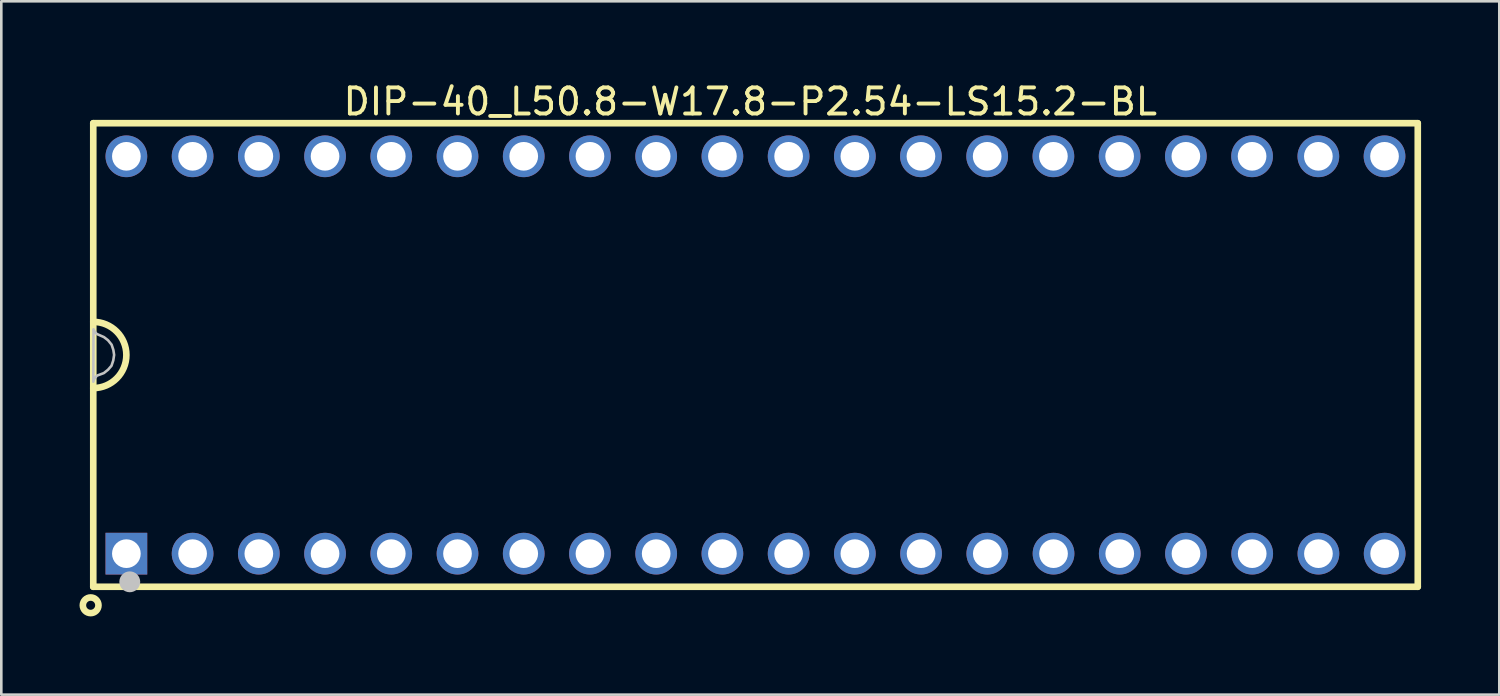
<source format=kicad_pcb>
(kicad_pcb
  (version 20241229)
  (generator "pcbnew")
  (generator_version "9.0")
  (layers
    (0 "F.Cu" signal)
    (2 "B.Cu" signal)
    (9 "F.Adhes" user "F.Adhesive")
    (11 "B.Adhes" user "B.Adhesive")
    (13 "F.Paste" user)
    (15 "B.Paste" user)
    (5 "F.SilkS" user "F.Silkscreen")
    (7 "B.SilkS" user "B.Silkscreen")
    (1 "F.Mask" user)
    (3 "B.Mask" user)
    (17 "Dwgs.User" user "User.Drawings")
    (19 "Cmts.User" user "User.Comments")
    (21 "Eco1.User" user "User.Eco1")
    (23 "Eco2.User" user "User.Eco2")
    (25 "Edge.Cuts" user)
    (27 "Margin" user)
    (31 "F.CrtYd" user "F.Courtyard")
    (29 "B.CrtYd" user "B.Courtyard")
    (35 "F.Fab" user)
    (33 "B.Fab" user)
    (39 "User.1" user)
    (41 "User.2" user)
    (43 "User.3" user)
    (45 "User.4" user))
  (footprint "DIP-40_L50.8-W17.8-P2.54-LS15.2-BL"
    (layer "F.Cu")
    (at 25.927 10.565)
    (property "Reference" "DIP-40_L50.8-W17.8-P2.54-LS15.2-BL" (at -0.2 -9.717 0) (layer "F.SilkS") (effects (font (size 1 1) (thickness 0.15))))
    (fp_line (start -25.4 -8.89) (end 25.4 -8.89) (stroke (width 0.254) (type default)) (layer "F.SilkS"))
    (fp_line (start -25.4 8.89) (end -25.4 -8.89) (stroke (width 0.254) (type default)) (layer "F.SilkS"))
    (fp_line (start 25.4 -8.89) (end 25.4 8.89) (stroke (width 0.254) (type default)) (layer "F.SilkS"))
    (fp_line (start 25.4 8.89) (end -25.4 8.89) (stroke (width 0.254) (type default)) (layer "F.SilkS"))
    (fp_arc (start -25.4 -1.27) (mid -24.13 0) (end -25.4 1.27) (stroke (width 0.254) (type default)) (layer "F.SilkS"))
    (fp_circle (center -25.5 9.6) (end -25.2 9.6) (stroke (width 0.254) (type default)) (fill no) (layer "F.SilkS"))
    (fp_circle (center -24 8.7) (end -23.8 8.7) (stroke (width 0.4) (type default)) (fill no) (layer "Dwgs.User"))
    (fp_poly (pts (xy -25.389 -0.985) (xy -25.355 -0.904) (xy -25.322 -0.865) (xy -25.308 -0.843) (xy -25.253 -0.801) (xy -24.991 -0.687) (xy -24.835 -0.566) (xy -24.696 -0.395) (xy -24.629 -0.192) (xy -24.6 -0.003) (xy -24.633 0.211) (xy -24.701 0.414) (xy -24.835 0.567) (xy -24.994 0.694) (xy -25.259 0.793) (xy -25.309 0.852) (xy -25.363 0.911) (xy -25.398 1.026) (xy -25.392 -0.981)) (stroke (width 0.1) (type default)) (fill no) (layer "Dwgs.User"))
    (fp_poly (pts (xy -23.885 -7.669) (xy -23.922 -7.759) (xy -23.991 -7.828) (xy -24.081 -7.865) (xy -24.179 -7.865) (xy -24.269 -7.828) (xy -24.338 -7.759) (xy -24.375 -7.669) (xy -24.375 -7.571) (xy -24.338 -7.481) (xy -24.269 -7.412) (xy -24.179 -7.375) (xy -24.081 -7.375) (xy -23.991 -7.412) (xy -23.922 -7.481) (xy -23.885 -7.571)) (stroke (width 0.1) (type default)) (fill no) (layer "User.1"))
    (fp_poly (pts (xy -23.885 7.571) (xy -23.922 7.481) (xy -23.991 7.412) (xy -24.081 7.375) (xy -24.179 7.375) (xy -24.269 7.412) (xy -24.338 7.481) (xy -24.375 7.571) (xy -24.375 7.669) (xy -24.338 7.759) (xy -24.269 7.828) (xy -24.179 7.865) (xy -24.081 7.865) (xy -23.991 7.828) (xy -23.922 7.759) (xy -23.885 7.669)) (stroke (width 0.1) (type default)) (fill no) (layer "User.1"))
    (fp_poly (pts (xy -21.345 -7.669) (xy -21.382 -7.759) (xy -21.451 -7.828) (xy -21.541 -7.865) (xy -21.639 -7.865) (xy -21.729 -7.828) (xy -21.798 -7.759) (xy -21.835 -7.669) (xy -21.835 -7.571) (xy -21.798 -7.481) (xy -21.729 -7.412) (xy -21.639 -7.375) (xy -21.541 -7.375) (xy -21.451 -7.412) (xy -21.382 -7.481) (xy -21.345 -7.571)) (stroke (width 0.1) (type default)) (fill no) (layer "User.1"))
    (fp_poly (pts (xy -21.345 7.571) (xy -21.382 7.481) (xy -21.451 7.412) (xy -21.541 7.375) (xy -21.639 7.375) (xy -21.729 7.412) (xy -21.798 7.481) (xy -21.835 7.571) (xy -21.835 7.669) (xy -21.798 7.759) (xy -21.729 7.828) (xy -21.639 7.865) (xy -21.541 7.865) (xy -21.451 7.828) (xy -21.382 7.759) (xy -21.345 7.669)) (stroke (width 0.1) (type default)) (fill no) (layer "User.1"))
    (fp_poly (pts (xy -18.805 -7.669) (xy -18.842 -7.759) (xy -18.911 -7.828) (xy -19.001 -7.865) (xy -19.099 -7.865) (xy -19.189 -7.828) (xy -19.258 -7.759) (xy -19.295 -7.669) (xy -19.295 -7.571) (xy -19.258 -7.481) (xy -19.189 -7.412) (xy -19.099 -7.375) (xy -19.001 -7.375) (xy -18.911 -7.412) (xy -18.842 -7.481) (xy -18.805 -7.571)) (stroke (width 0.1) (type default)) (fill no) (layer "User.1"))
    (fp_poly (pts (xy -18.805 7.571) (xy -18.842 7.481) (xy -18.911 7.412) (xy -19.001 7.375) (xy -19.099 7.375) (xy -19.189 7.412) (xy -19.258 7.481) (xy -19.295 7.571) (xy -19.295 7.669) (xy -19.258 7.759) (xy -19.189 7.828) (xy -19.099 7.865) (xy -19.001 7.865) (xy -18.911 7.828) (xy -18.842 7.759) (xy -18.805 7.669)) (stroke (width 0.1) (type default)) (fill no) (layer "User.1"))
    (fp_poly (pts (xy -16.265 -7.669) (xy -16.302 -7.759) (xy -16.371 -7.828) (xy -16.461 -7.865) (xy -16.559 -7.865) (xy -16.649 -7.828) (xy -16.718 -7.759) (xy -16.755 -7.669) (xy -16.755 -7.571) (xy -16.718 -7.481) (xy -16.649 -7.412) (xy -16.559 -7.375) (xy -16.461 -7.375) (xy -16.371 -7.412) (xy -16.302 -7.481) (xy -16.265 -7.571)) (stroke (width 0.1) (type default)) (fill no) (layer "User.1"))
    (fp_poly (pts (xy -16.265 7.571) (xy -16.302 7.481) (xy -16.371 7.412) (xy -16.461 7.375) (xy -16.559 7.375) (xy -16.649 7.412) (xy -16.718 7.481) (xy -16.755 7.571) (xy -16.755 7.669) (xy -16.718 7.759) (xy -16.649 7.828) (xy -16.559 7.865) (xy -16.461 7.865) (xy -16.371 7.828) (xy -16.302 7.759) (xy -16.265 7.669)) (stroke (width 0.1) (type default)) (fill no) (layer "User.1"))
    (fp_poly (pts (xy -13.725 -7.669) (xy -13.762 -7.759) (xy -13.831 -7.828) (xy -13.921 -7.865) (xy -14.019 -7.865) (xy -14.109 -7.828) (xy -14.178 -7.759) (xy -14.215 -7.669) (xy -14.215 -7.571) (xy -14.178 -7.481) (xy -14.109 -7.412) (xy -14.019 -7.375) (xy -13.921 -7.375) (xy -13.831 -7.412) (xy -13.762 -7.481) (xy -13.725 -7.571)) (stroke (width 0.1) (type default)) (fill no) (layer "User.1"))
    (fp_poly (pts (xy -13.725 7.571) (xy -13.762 7.481) (xy -13.831 7.412) (xy -13.921 7.375) (xy -14.019 7.375) (xy -14.109 7.412) (xy -14.178 7.481) (xy -14.215 7.571) (xy -14.215 7.669) (xy -14.178 7.759) (xy -14.109 7.828) (xy -14.019 7.865) (xy -13.921 7.865) (xy -13.831 7.828) (xy -13.762 7.759) (xy -13.725 7.669)) (stroke (width 0.1) (type default)) (fill no) (layer "User.1"))
    (fp_poly (pts (xy -11.185 -7.669) (xy -11.222 -7.759) (xy -11.291 -7.828) (xy -11.381 -7.865) (xy -11.479 -7.865) (xy -11.569 -7.828) (xy -11.638 -7.759) (xy -11.675 -7.669) (xy -11.675 -7.571) (xy -11.638 -7.481) (xy -11.569 -7.412) (xy -11.479 -7.375) (xy -11.381 -7.375) (xy -11.291 -7.412) (xy -11.222 -7.481) (xy -11.185 -7.571)) (stroke (width 0.1) (type default)) (fill no) (layer "User.1"))
    (fp_poly (pts (xy -11.185 7.571) (xy -11.222 7.481) (xy -11.291 7.412) (xy -11.381 7.375) (xy -11.479 7.375) (xy -11.569 7.412) (xy -11.638 7.481) (xy -11.675 7.571) (xy -11.675 7.669) (xy -11.638 7.759) (xy -11.569 7.828) (xy -11.479 7.865) (xy -11.381 7.865) (xy -11.291 7.828) (xy -11.222 7.759) (xy -11.185 7.669)) (stroke (width 0.1) (type default)) (fill no) (layer "User.1"))
    (fp_poly (pts (xy -8.645 -7.669) (xy -8.682 -7.759) (xy -8.751 -7.828) (xy -8.841 -7.865) (xy -8.939 -7.865) (xy -9.029 -7.828) (xy -9.098 -7.759) (xy -9.135 -7.669) (xy -9.135 -7.571) (xy -9.098 -7.481) (xy -9.029 -7.412) (xy -8.939 -7.375) (xy -8.841 -7.375) (xy -8.751 -7.412) (xy -8.682 -7.481) (xy -8.645 -7.571)) (stroke (width 0.1) (type default)) (fill no) (layer "User.1"))
    (fp_poly (pts (xy -8.645 7.571) (xy -8.682 7.481) (xy -8.751 7.412) (xy -8.841 7.375) (xy -8.939 7.375) (xy -9.029 7.412) (xy -9.098 7.481) (xy -9.135 7.571) (xy -9.135 7.669) (xy -9.098 7.759) (xy -9.029 7.828) (xy -8.939 7.865) (xy -8.841 7.865) (xy -8.751 7.828) (xy -8.682 7.759) (xy -8.645 7.669)) (stroke (width 0.1) (type default)) (fill no) (layer "User.1"))
    (fp_poly (pts (xy -6.105 -7.669) (xy -6.142 -7.759) (xy -6.211 -7.828) (xy -6.301 -7.865) (xy -6.399 -7.865) (xy -6.489 -7.828) (xy -6.558 -7.759) (xy -6.595 -7.669) (xy -6.595 -7.571) (xy -6.558 -7.481) (xy -6.489 -7.412) (xy -6.399 -7.375) (xy -6.301 -7.375) (xy -6.211 -7.412) (xy -6.142 -7.481) (xy -6.105 -7.571)) (stroke (width 0.1) (type default)) (fill no) (layer "User.1"))
    (fp_poly (pts (xy -6.105 7.571) (xy -6.142 7.481) (xy -6.211 7.412) (xy -6.301 7.375) (xy -6.399 7.375) (xy -6.489 7.412) (xy -6.558 7.481) (xy -6.595 7.571) (xy -6.595 7.669) (xy -6.558 7.759) (xy -6.489 7.828) (xy -6.399 7.865) (xy -6.301 7.865) (xy -6.211 7.828) (xy -6.142 7.759) (xy -6.105 7.669)) (stroke (width 0.1) (type default)) (fill no) (layer "User.1"))
    (fp_poly (pts (xy -3.565 -7.669) (xy -3.602 -7.759) (xy -3.671 -7.828) (xy -3.761 -7.865) (xy -3.859 -7.865) (xy -3.949 -7.828) (xy -4.018 -7.759) (xy -4.055 -7.669) (xy -4.055 -7.571) (xy -4.018 -7.481) (xy -3.949 -7.412) (xy -3.859 -7.375) (xy -3.761 -7.375) (xy -3.671 -7.412) (xy -3.602 -7.481) (xy -3.565 -7.571)) (stroke (width 0.1) (type default)) (fill no) (layer "User.1"))
    (fp_poly (pts (xy -3.565 7.571) (xy -3.602 7.481) (xy -3.671 7.412) (xy -3.761 7.375) (xy -3.859 7.375) (xy -3.949 7.412) (xy -4.018 7.481) (xy -4.055 7.571) (xy -4.055 7.669) (xy -4.018 7.759) (xy -3.949 7.828) (xy -3.859 7.865) (xy -3.761 7.865) (xy -3.671 7.828) (xy -3.602 7.759) (xy -3.565 7.669)) (stroke (width 0.1) (type default)) (fill no) (layer "User.1"))
    (fp_poly (pts (xy -1.025 -7.669) (xy -1.062 -7.759) (xy -1.131 -7.828) (xy -1.221 -7.865) (xy -1.319 -7.865) (xy -1.409 -7.828) (xy -1.478 -7.759) (xy -1.515 -7.669) (xy -1.515 -7.571) (xy -1.478 -7.481) (xy -1.409 -7.412) (xy -1.319 -7.375) (xy -1.221 -7.375) (xy -1.131 -7.412) (xy -1.062 -7.481) (xy -1.025 -7.571)) (stroke (width 0.1) (type default)) (fill no) (layer "User.1"))
    (fp_poly (pts (xy -1.025 7.571) (xy -1.062 7.481) (xy -1.131 7.412) (xy -1.221 7.375) (xy -1.319 7.375) (xy -1.409 7.412) (xy -1.478 7.481) (xy -1.515 7.571) (xy -1.515 7.669) (xy -1.478 7.759) (xy -1.409 7.828) (xy -1.319 7.865) (xy -1.221 7.865) (xy -1.131 7.828) (xy -1.062 7.759) (xy -1.025 7.669)) (stroke (width 0.1) (type default)) (fill no) (layer "User.1"))
    (fp_poly (pts (xy 1.515 -7.669) (xy 1.478 -7.759) (xy 1.409 -7.828) (xy 1.319 -7.865) (xy 1.221 -7.865) (xy 1.131 -7.828) (xy 1.062 -7.759) (xy 1.025 -7.669) (xy 1.025 -7.571) (xy 1.062 -7.481) (xy 1.131 -7.412) (xy 1.221 -7.375) (xy 1.319 -7.375) (xy 1.409 -7.412) (xy 1.478 -7.481) (xy 1.515 -7.571)) (stroke (width 0.1) (type default)) (fill no) (layer "User.1"))
    (fp_poly (pts (xy 1.515 7.571) (xy 1.478 7.481) (xy 1.409 7.412) (xy 1.319 7.375) (xy 1.221 7.375) (xy 1.131 7.412) (xy 1.062 7.481) (xy 1.025 7.571) (xy 1.025 7.669) (xy 1.062 7.759) (xy 1.131 7.828) (xy 1.221 7.865) (xy 1.319 7.865) (xy 1.409 7.828) (xy 1.478 7.759) (xy 1.515 7.669)) (stroke (width 0.1) (type default)) (fill no) (layer "User.1"))
    (fp_poly (pts (xy 4.055 -7.669) (xy 4.018 -7.759) (xy 3.949 -7.828) (xy 3.859 -7.865) (xy 3.761 -7.865) (xy 3.671 -7.828) (xy 3.602 -7.759) (xy 3.565 -7.669) (xy 3.565 -7.571) (xy 3.602 -7.481) (xy 3.671 -7.412) (xy 3.761 -7.375) (xy 3.859 -7.375) (xy 3.949 -7.412) (xy 4.018 -7.481) (xy 4.055 -7.571)) (stroke (width 0.1) (type default)) (fill no) (layer "User.1"))
    (fp_poly (pts (xy 4.055 7.571) (xy 4.018 7.481) (xy 3.949 7.412) (xy 3.859 7.375) (xy 3.761 7.375) (xy 3.671 7.412) (xy 3.602 7.481) (xy 3.565 7.571) (xy 3.565 7.669) (xy 3.602 7.759) (xy 3.671 7.828) (xy 3.761 7.865) (xy 3.859 7.865) (xy 3.949 7.828) (xy 4.018 7.759) (xy 4.055 7.669)) (stroke (width 0.1) (type default)) (fill no) (layer "User.1"))
    (fp_poly (pts (xy 6.59 -7.669) (xy 6.553 -7.759) (xy 6.484 -7.828) (xy 6.394 -7.865) (xy 6.296 -7.865) (xy 6.206 -7.828) (xy 6.137 -7.759) (xy 6.1 -7.669) (xy 6.1 -7.571) (xy 6.137 -7.481) (xy 6.206 -7.412) (xy 6.296 -7.375) (xy 6.394 -7.375) (xy 6.484 -7.412) (xy 6.553 -7.481) (xy 6.59 -7.571)) (stroke (width 0.1) (type default)) (fill no) (layer "User.1"))
    (fp_poly (pts (xy 6.595 7.571) (xy 6.558 7.481) (xy 6.489 7.412) (xy 6.399 7.375) (xy 6.301 7.375) (xy 6.211 7.412) (xy 6.142 7.481) (xy 6.105 7.571) (xy 6.105 7.669) (xy 6.142 7.759) (xy 6.211 7.828) (xy 6.301 7.865) (xy 6.399 7.865) (xy 6.489 7.828) (xy 6.558 7.759) (xy 6.595 7.669)) (stroke (width 0.1) (type default)) (fill no) (layer "User.1"))
    (fp_poly (pts (xy 9.13 -7.669) (xy 9.093 -7.759) (xy 9.024 -7.828) (xy 8.934 -7.865) (xy 8.836 -7.865) (xy 8.746 -7.828) (xy 8.677 -7.759) (xy 8.64 -7.669) (xy 8.64 -7.571) (xy 8.677 -7.481) (xy 8.746 -7.412) (xy 8.836 -7.375) (xy 8.934 -7.375) (xy 9.024 -7.412) (xy 9.093 -7.481) (xy 9.13 -7.571)) (stroke (width 0.1) (type default)) (fill no) (layer "User.1"))
    (fp_poly (pts (xy 9.135 7.571) (xy 9.098 7.481) (xy 9.029 7.412) (xy 8.939 7.375) (xy 8.841 7.375) (xy 8.751 7.412) (xy 8.682 7.481) (xy 8.645 7.571) (xy 8.645 7.669) (xy 8.682 7.759) (xy 8.751 7.828) (xy 8.841 7.865) (xy 8.939 7.865) (xy 9.029 7.828) (xy 9.098 7.759) (xy 9.135 7.669)) (stroke (width 0.1) (type default)) (fill no) (layer "User.1"))
    (fp_poly (pts (xy 11.67 -7.669) (xy 11.633 -7.759) (xy 11.564 -7.828) (xy 11.474 -7.865) (xy 11.376 -7.865) (xy 11.286 -7.828) (xy 11.217 -7.759) (xy 11.18 -7.669) (xy 11.18 -7.571) (xy 11.217 -7.481) (xy 11.286 -7.412) (xy 11.376 -7.375) (xy 11.474 -7.375) (xy 11.564 -7.412) (xy 11.633 -7.481) (xy 11.67 -7.571)) (stroke (width 0.1) (type default)) (fill no) (layer "User.1"))
    (fp_poly (pts (xy 11.675 7.571) (xy 11.638 7.481) (xy 11.569 7.412) (xy 11.479 7.375) (xy 11.381 7.375) (xy 11.291 7.412) (xy 11.222 7.481) (xy 11.185 7.571) (xy 11.185 7.669) (xy 11.222 7.759) (xy 11.291 7.828) (xy 11.381 7.865) (xy 11.479 7.865) (xy 11.569 7.828) (xy 11.638 7.759) (xy 11.675 7.669)) (stroke (width 0.1) (type default)) (fill no) (layer "User.1"))
    (fp_poly (pts (xy 14.21 -7.669) (xy 14.173 -7.759) (xy 14.104 -7.828) (xy 14.014 -7.865) (xy 13.916 -7.865) (xy 13.826 -7.828) (xy 13.757 -7.759) (xy 13.72 -7.669) (xy 13.72 -7.571) (xy 13.757 -7.481) (xy 13.826 -7.412) (xy 13.916 -7.375) (xy 14.014 -7.375) (xy 14.104 -7.412) (xy 14.173 -7.481) (xy 14.21 -7.571)) (stroke (width 0.1) (type default)) (fill no) (layer "User.1"))
    (fp_poly (pts (xy 14.215 7.571) (xy 14.178 7.481) (xy 14.109 7.412) (xy 14.019 7.375) (xy 13.921 7.375) (xy 13.831 7.412) (xy 13.762 7.481) (xy 13.725 7.571) (xy 13.725 7.669) (xy 13.762 7.759) (xy 13.831 7.828) (xy 13.921 7.865) (xy 14.019 7.865) (xy 14.109 7.828) (xy 14.178 7.759) (xy 14.215 7.669)) (stroke (width 0.1) (type default)) (fill no) (layer "User.1"))
    (fp_poly (pts (xy 16.75 -7.669) (xy 16.713 -7.759) (xy 16.644 -7.828) (xy 16.554 -7.865) (xy 16.456 -7.865) (xy 16.366 -7.828) (xy 16.297 -7.759) (xy 16.26 -7.669) (xy 16.26 -7.571) (xy 16.297 -7.481) (xy 16.366 -7.412) (xy 16.456 -7.375) (xy 16.554 -7.375) (xy 16.644 -7.412) (xy 16.713 -7.481) (xy 16.75 -7.571)) (stroke (width 0.1) (type default)) (fill no) (layer "User.1"))
    (fp_poly (pts (xy 16.755 7.571) (xy 16.718 7.481) (xy 16.649 7.412) (xy 16.559 7.375) (xy 16.461 7.375) (xy 16.371 7.412) (xy 16.302 7.481) (xy 16.265 7.571) (xy 16.265 7.669) (xy 16.302 7.759) (xy 16.371 7.828) (xy 16.461 7.865) (xy 16.559 7.865) (xy 16.649 7.828) (xy 16.718 7.759) (xy 16.755 7.669)) (stroke (width 0.1) (type default)) (fill no) (layer "User.1"))
    (fp_poly (pts (xy 19.29 -7.669) (xy 19.253 -7.759) (xy 19.184 -7.828) (xy 19.094 -7.865) (xy 18.996 -7.865) (xy 18.906 -7.828) (xy 18.837 -7.759) (xy 18.8 -7.669) (xy 18.8 -7.571) (xy 18.837 -7.481) (xy 18.906 -7.412) (xy 18.996 -7.375) (xy 19.094 -7.375) (xy 19.184 -7.412) (xy 19.253 -7.481) (xy 19.29 -7.571)) (stroke (width 0.1) (type default)) (fill no) (layer "User.1"))
    (fp_poly (pts (xy 19.295 7.571) (xy 19.258 7.481) (xy 19.189 7.412) (xy 19.099 7.375) (xy 19.001 7.375) (xy 18.911 7.412) (xy 18.842 7.481) (xy 18.805 7.571) (xy 18.805 7.669) (xy 18.842 7.759) (xy 18.911 7.828) (xy 19.001 7.865) (xy 19.099 7.865) (xy 19.189 7.828) (xy 19.258 7.759) (xy 19.295 7.669)) (stroke (width 0.1) (type default)) (fill no) (layer "User.1"))
    (fp_poly (pts (xy 21.832 -7.669) (xy 21.794 -7.759) (xy 21.725 -7.828) (xy 21.635 -7.865) (xy 21.538 -7.865) (xy 21.448 -7.828) (xy 21.379 -7.759) (xy 21.341 -7.669) (xy 21.341 -7.571) (xy 21.379 -7.481) (xy 21.448 -7.412) (xy 21.538 -7.375) (xy 21.635 -7.375) (xy 21.725 -7.412) (xy 21.794 -7.481) (xy 21.832 -7.571)) (stroke (width 0.1) (type default)) (fill no) (layer "User.1"))
    (fp_poly (pts (xy 21.835 7.571) (xy 21.798 7.481) (xy 21.729 7.412) (xy 21.639 7.375) (xy 21.541 7.375) (xy 21.451 7.412) (xy 21.382 7.481) (xy 21.345 7.571) (xy 21.345 7.669) (xy 21.382 7.759) (xy 21.451 7.828) (xy 21.541 7.865) (xy 21.639 7.865) (xy 21.729 7.828) (xy 21.798 7.759) (xy 21.835 7.669)) (stroke (width 0.1) (type default)) (fill no) (layer "User.1"))
    (fp_poly (pts (xy 24.37 -7.669) (xy 24.333 -7.759) (xy 24.264 -7.828) (xy 24.174 -7.865) (xy 24.076 -7.865) (xy 23.986 -7.828) (xy 23.917 -7.759) (xy 23.88 -7.669) (xy 23.88 -7.571) (xy 23.917 -7.481) (xy 23.986 -7.412) (xy 24.076 -7.375) (xy 24.174 -7.375) (xy 24.264 -7.412) (xy 24.333 -7.481) (xy 24.37 -7.571)) (stroke (width 0.1) (type default)) (fill no) (layer "User.1"))
    (fp_poly (pts (xy 24.375 7.571) (xy 24.338 7.481) (xy 24.269 7.412) (xy 24.179 7.375) (xy 24.081 7.375) (xy 23.991 7.412) (xy 23.922 7.481) (xy 23.885 7.571) (xy 23.885 7.669) (xy 23.922 7.759) (xy 23.991 7.828) (xy 24.081 7.865) (xy 24.179 7.865) (xy 24.269 7.828) (xy 24.338 7.759) (xy 24.375 7.669)) (stroke (width 0.1) (type default)) (fill no) (layer "User.1"))
    (fp_line (start -25.4 -8.9) (end 25.4 -8.9) (stroke (width 0.051) (type default)) (layer "User.2"))
    (fp_line (start -25.4 8.9) (end -25.4 -8.9) (stroke (width 0.051) (type default)) (layer "User.2"))
    (fp_line (start 25.4 -8.9) (end 25.4 8.9) (stroke (width 0.051) (type default)) (layer "User.2"))
    (fp_line (start 25.4 8.9) (end -25.4 8.9) (stroke (width 0.051) (type default)) (layer "User.2"))
    (fp_poly (pts (xy -25.345 8.877) (xy -25.377 8.845) (xy -25.423 8.845) (xy -25.455 8.877) (xy -25.455 8.923) (xy -25.423 8.955) (xy -25.377 8.955) (xy -25.345 8.923)) (stroke (width 0.1) (type default)) (fill no) (layer "User.3"))
    (pad "1" thru_hole rect (at -24.13 7.62 90) (size 1.6 1.6) (drill 1.1) (layers "*.Cu" "*.Mask"))
    (pad "2" thru_hole circle (at -21.59 7.62 90) (size 1.6 1.6) (drill 1.1) (layers "*.Cu" "*.Mask"))
    (pad "3" thru_hole circle (at -19.05 7.62 90) (size 1.6 1.6) (drill 1.1) (layers "*.Cu" "*.Mask"))
    (pad "4" thru_hole circle (at -16.51 7.62 90) (size 1.6 1.6) (drill 1.1) (layers "*.Cu" "*.Mask"))
    (pad "5" thru_hole circle (at -13.97 7.62 90) (size 1.6 1.6) (drill 1.1) (layers "*.Cu" "*.Mask"))
    (pad "6" thru_hole circle (at -11.43 7.62 90) (size 1.6 1.6) (drill 1.1) (layers "*.Cu" "*.Mask"))
    (pad "7" thru_hole circle (at -8.89 7.62 90) (size 1.6 1.6) (drill 1.1) (layers "*.Cu" "*.Mask"))
    (pad "8" thru_hole circle (at -6.35 7.62 90) (size 1.6 1.6) (drill 1.1) (layers "*.Cu" "*.Mask"))
    (pad "9" thru_hole circle (at -3.81 7.62 90) (size 1.6 1.6) (drill 1.1) (layers "*.Cu" "*.Mask"))
    (pad "10" thru_hole circle (at -1.27 7.62 90) (size 1.6 1.6) (drill 1.1) (layers "*.Cu" "*.Mask"))
    (pad "11" thru_hole circle (at 1.27 7.62 90) (size 1.6 1.6) (drill 1.1) (layers "*.Cu" "*.Mask"))
    (pad "12" thru_hole circle (at 3.81 7.62 90) (size 1.6 1.6) (drill 1.1) (layers "*.Cu" "*.Mask"))
    (pad "13" thru_hole circle (at 6.35 7.62 90) (size 1.6 1.6) (drill 1.1) (layers "*.Cu" "*.Mask"))
    (pad "14" thru_hole circle (at 8.89 7.62 90) (size 1.6 1.6) (drill 1.1) (layers "*.Cu" "*.Mask"))
    (pad "15" thru_hole circle (at 11.43 7.62 90) (size 1.6 1.6) (drill 1.1) (layers "*.Cu" "*.Mask"))
    (pad "16" thru_hole circle (at 13.97 7.62 90) (size 1.6 1.6) (drill 1.1) (layers "*.Cu" "*.Mask"))
    (pad "17" thru_hole circle (at 16.51 7.62 90) (size 1.6 1.6) (drill 1.1) (layers "*.Cu" "*.Mask"))
    (pad "18" thru_hole circle (at 19.05 7.62 90) (size 1.6 1.6) (drill 1.1) (layers "*.Cu" "*.Mask"))
    (pad "19" thru_hole circle (at 21.59 7.62 90) (size 1.6 1.6) (drill 1.1) (layers "*.Cu" "*.Mask"))
    (pad "20" thru_hole circle (at 24.13 7.62 90) (size 1.6 1.6) (drill 1.1) (layers "*.Cu" "*.Mask"))
    (pad "21" thru_hole circle (at 24.125 -7.62 90) (size 1.6 1.6) (drill 1.1) (layers "*.Cu" "*.Mask"))
    (pad "22" thru_hole circle (at 21.587 -7.62 90) (size 1.6 1.6) (drill 1.1) (layers "*.Cu" "*.Mask"))
    (pad "23" thru_hole circle (at 19.045 -7.62 90) (size 1.6 1.6) (drill 1.1) (layers "*.Cu" "*.Mask"))
    (pad "24" thru_hole circle (at 16.505 -7.62 90) (size 1.6 1.6) (drill 1.1) (layers "*.Cu" "*.Mask"))
    (pad "25" thru_hole circle (at 13.965 -7.62 90) (size 1.6 1.6) (drill 1.1) (layers "*.Cu" "*.Mask"))
    (pad "26" thru_hole circle (at 11.425 -7.62 90) (size 1.6 1.6) (drill 1.1) (layers "*.Cu" "*.Mask"))
    (pad "27" thru_hole circle (at 8.885 -7.62 90) (size 1.6 1.6) (drill 1.1) (layers "*.Cu" "*.Mask"))
    (pad "28" thru_hole circle (at 6.345 -7.62 90) (size 1.6 1.6) (drill 1.1) (layers "*.Cu" "*.Mask"))
    (pad "29" thru_hole circle (at 3.81 -7.62 90) (size 1.6 1.6) (drill 1.1) (layers "*.Cu" "*.Mask"))
    (pad "30" thru_hole circle (at 1.27 -7.62 90) (size 1.6 1.6) (drill 1.1) (layers "*.Cu" "*.Mask"))
    (pad "31" thru_hole circle (at -1.27 -7.62 90) (size 1.6 1.6) (drill 1.1) (layers "*.Cu" "*.Mask"))
    (pad "32" thru_hole circle (at -3.81 -7.62 90) (size 1.6 1.6) (drill 1.1) (layers "*.Cu" "*.Mask"))
    (pad "33" thru_hole circle (at -6.35 -7.62 90) (size 1.6 1.6) (drill 1.1) (layers "*.Cu" "*.Mask"))
    (pad "34" thru_hole circle (at -8.89 -7.62 90) (size 1.6 1.6) (drill 1.1) (layers "*.Cu" "*.Mask"))
    (pad "35" thru_hole circle (at -11.43 -7.62 90) (size 1.6 1.6) (drill 1.1) (layers "*.Cu" "*.Mask"))
    (pad "36" thru_hole circle (at -13.97 -7.62 90) (size 1.6 1.6) (drill 1.1) (layers "*.Cu" "*.Mask"))
    (pad "37" thru_hole circle (at -16.51 -7.62 90) (size 1.6 1.6) (drill 1.1) (layers "*.Cu" "*.Mask"))
    (pad "38" thru_hole circle (at -19.05 -7.62 90) (size 1.6 1.6) (drill 1.1) (layers "*.Cu" "*.Mask"))
    (pad "39" thru_hole circle (at -21.59 -7.62 90) (size 1.6 1.6) (drill 1.1) (layers "*.Cu" "*.Mask"))
    (pad "40" thru_hole circle (at -24.13 -7.62 90) (size 1.6 1.6) (drill 1.1) (layers "*.Cu" "*.Mask")))
  (gr_rect
    (start -3 -3)
    (end 54.454 23.592)
    (stroke (width 0.1) (type default))
    (fill no)
    (layer "Edge.Cuts")))
</source>
